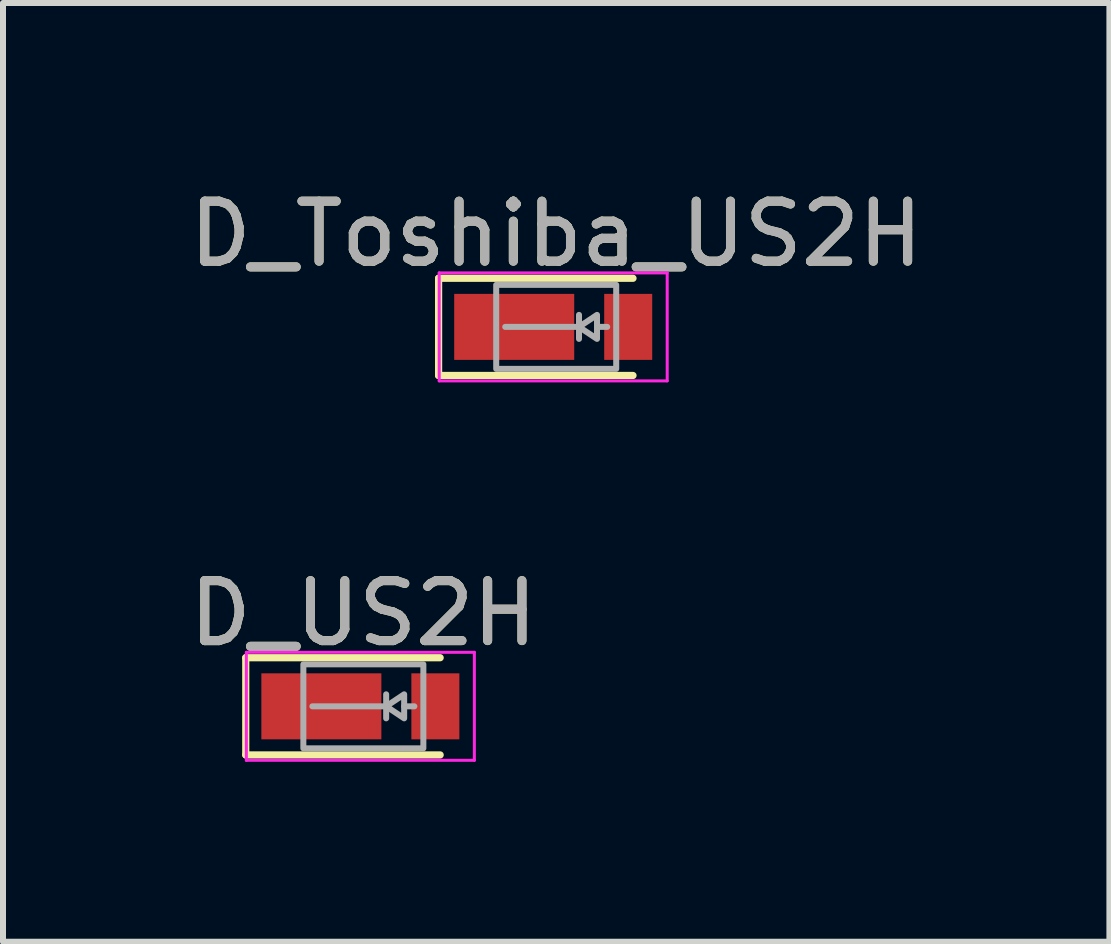
<source format=kicad_pcb>
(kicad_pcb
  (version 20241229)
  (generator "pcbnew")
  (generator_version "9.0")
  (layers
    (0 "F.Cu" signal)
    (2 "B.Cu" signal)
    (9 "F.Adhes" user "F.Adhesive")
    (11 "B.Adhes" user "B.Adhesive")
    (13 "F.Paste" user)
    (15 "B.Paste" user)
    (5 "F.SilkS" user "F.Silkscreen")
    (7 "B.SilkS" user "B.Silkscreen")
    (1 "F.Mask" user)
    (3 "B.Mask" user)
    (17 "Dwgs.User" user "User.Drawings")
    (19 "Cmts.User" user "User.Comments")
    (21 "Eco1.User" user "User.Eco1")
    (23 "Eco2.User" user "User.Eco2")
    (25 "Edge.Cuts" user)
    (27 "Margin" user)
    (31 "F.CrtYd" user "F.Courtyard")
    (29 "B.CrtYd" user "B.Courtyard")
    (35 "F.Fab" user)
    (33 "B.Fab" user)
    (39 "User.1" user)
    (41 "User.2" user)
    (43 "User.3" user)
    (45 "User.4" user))
  (footprint "D_Toshiba_US2H"
    (layer "F.Cu")
    (at 6.22 2.398)
    (property "Reference" "D_Toshiba_US2H" (at 0 -1.55 0) (unlocked yes) (layer "F.SilkS") (effects (font (size 1 1) (thickness 0.15))))
    (attr smd)
    (fp_line (start -1.96 -0.81) (end -1.96 0.81) (stroke (width 0.12) (type solid)) (layer "F.SilkS"))
    (fp_line (start -1.96 -0.81) (end 1.28 -0.81) (stroke (width 0.12) (type solid)) (layer "F.SilkS"))
    (fp_line (start -1.96 0.81) (end 1.28 0.81) (stroke (width 0.12) (type solid)) (layer "F.SilkS"))
    (fp_line (start -1.95 -0.9) (end -1.95 0.9) (stroke (width 0.05) (type solid)) (layer "F.CrtYd"))
    (fp_line (start -1.95 -0.9) (end 1.85 -0.9) (stroke (width 0.05) (type solid)) (layer "F.CrtYd"))
    (fp_line (start -1.95 0.9) (end 1.85 0.9) (stroke (width 0.05) (type solid)) (layer "F.CrtYd"))
    (fp_line (start 1.85 -0.9) (end 1.85 0.9) (stroke (width 0.05) (type solid)) (layer "F.CrtYd"))
    (fp_line (start 0.38 -0.2) (end 0.38 0.2) (stroke (width 0.1) (type solid)) (layer "F.Fab"))
    (fp_line (start 0.38 0) (end -0.85 0) (stroke (width 0.1) (type solid)) (layer "F.Fab"))
    (fp_line (start 0.85 0) (end 0.68 0) (stroke (width 0.1) (type solid)) (layer "F.Fab"))
    (fp_rect (start -1 -0.7) (end 1 0.7) (stroke (width 0.1) (type solid)) (fill no) (layer "F.Fab"))
    (fp_poly (pts (xy 0.68 0.2) (xy 0.38 0) (xy 0.68 -0.2)) (stroke (width 0.1) (type solid)) (fill no) (layer "F.Fab"))
    (fp_text user "${REFERENCE}" (at 0 -1.55 0) (unlocked yes) (layer "F.Fab") (effects (font (size 1 1) (thickness 0.15))))
    (pad "1" smd rect (at -0.7 0) (size 2 1.1) (layers "F.Cu" "F.Mask" "F.Paste"))
    (pad "2" smd rect (at 1.2 0) (size 0.8 1.1) (layers "F.Cu" "F.Mask" "F.Paste")))
  (footprint "D_US2H"
    (layer "F.Cu")
    (at 3.006 8.722)
    (property "Reference" "D_US2H" (at 0 -1.55 0) (unlocked yes) (layer "F.SilkS") (effects (font (size 1 1) (thickness 0.15))))
    (attr smd)
    (fp_line (start -1.96 -0.81) (end -1.96 0.81) (stroke (width 0.12) (type solid)) (layer "F.SilkS"))
    (fp_line (start -1.96 -0.81) (end 1.28 -0.81) (stroke (width 0.12) (type solid)) (layer "F.SilkS"))
    (fp_line (start -1.96 0.81) (end 1.28 0.81) (stroke (width 0.12) (type solid)) (layer "F.SilkS"))
    (fp_line (start -1.95 -0.9) (end -1.95 0.9) (stroke (width 0.05) (type solid)) (layer "F.CrtYd"))
    (fp_line (start -1.95 -0.9) (end 1.85 -0.9) (stroke (width 0.05) (type solid)) (layer "F.CrtYd"))
    (fp_line (start -1.95 0.9) (end 1.85 0.9) (stroke (width 0.05) (type solid)) (layer "F.CrtYd"))
    (fp_line (start 1.85 -0.9) (end 1.85 0.9) (stroke (width 0.05) (type solid)) (layer "F.CrtYd"))
    (fp_line (start 0.38 -0.2) (end 0.38 0.2) (stroke (width 0.1) (type solid)) (layer "F.Fab"))
    (fp_line (start 0.38 0) (end -0.85 0) (stroke (width 0.1) (type solid)) (layer "F.Fab"))
    (fp_line (start 0.85 0) (end 0.68 0) (stroke (width 0.1) (type solid)) (layer "F.Fab"))
    (fp_rect (start -1 -0.7) (end 1 0.7) (stroke (width 0.1) (type solid)) (fill no) (layer "F.Fab"))
    (fp_poly (pts (xy 0.68 0.2) (xy 0.38 0) (xy 0.68 -0.2)) (stroke (width 0.1) (type solid)) (fill no) (layer "F.Fab"))
    (fp_text user "${REFERENCE}" (at 0 -1.55 0) (unlocked yes) (layer "F.Fab") (effects (font (size 1 1) (thickness 0.15))))
    (pad "1" smd rect (at -0.7 0) (size 2 1.1) (layers "F.Cu" "F.Mask" "F.Paste"))
    (pad "2" smd rect (at 1.2 0) (size 0.8 1.1) (layers "F.Cu" "F.Mask" "F.Paste")))
  (gr_rect
    (start -3 -3)
    (end 15.44 12.646)
    (stroke (width 0.1) (type default))
    (fill no)
    (layer "Edge.Cuts")))
</source>
